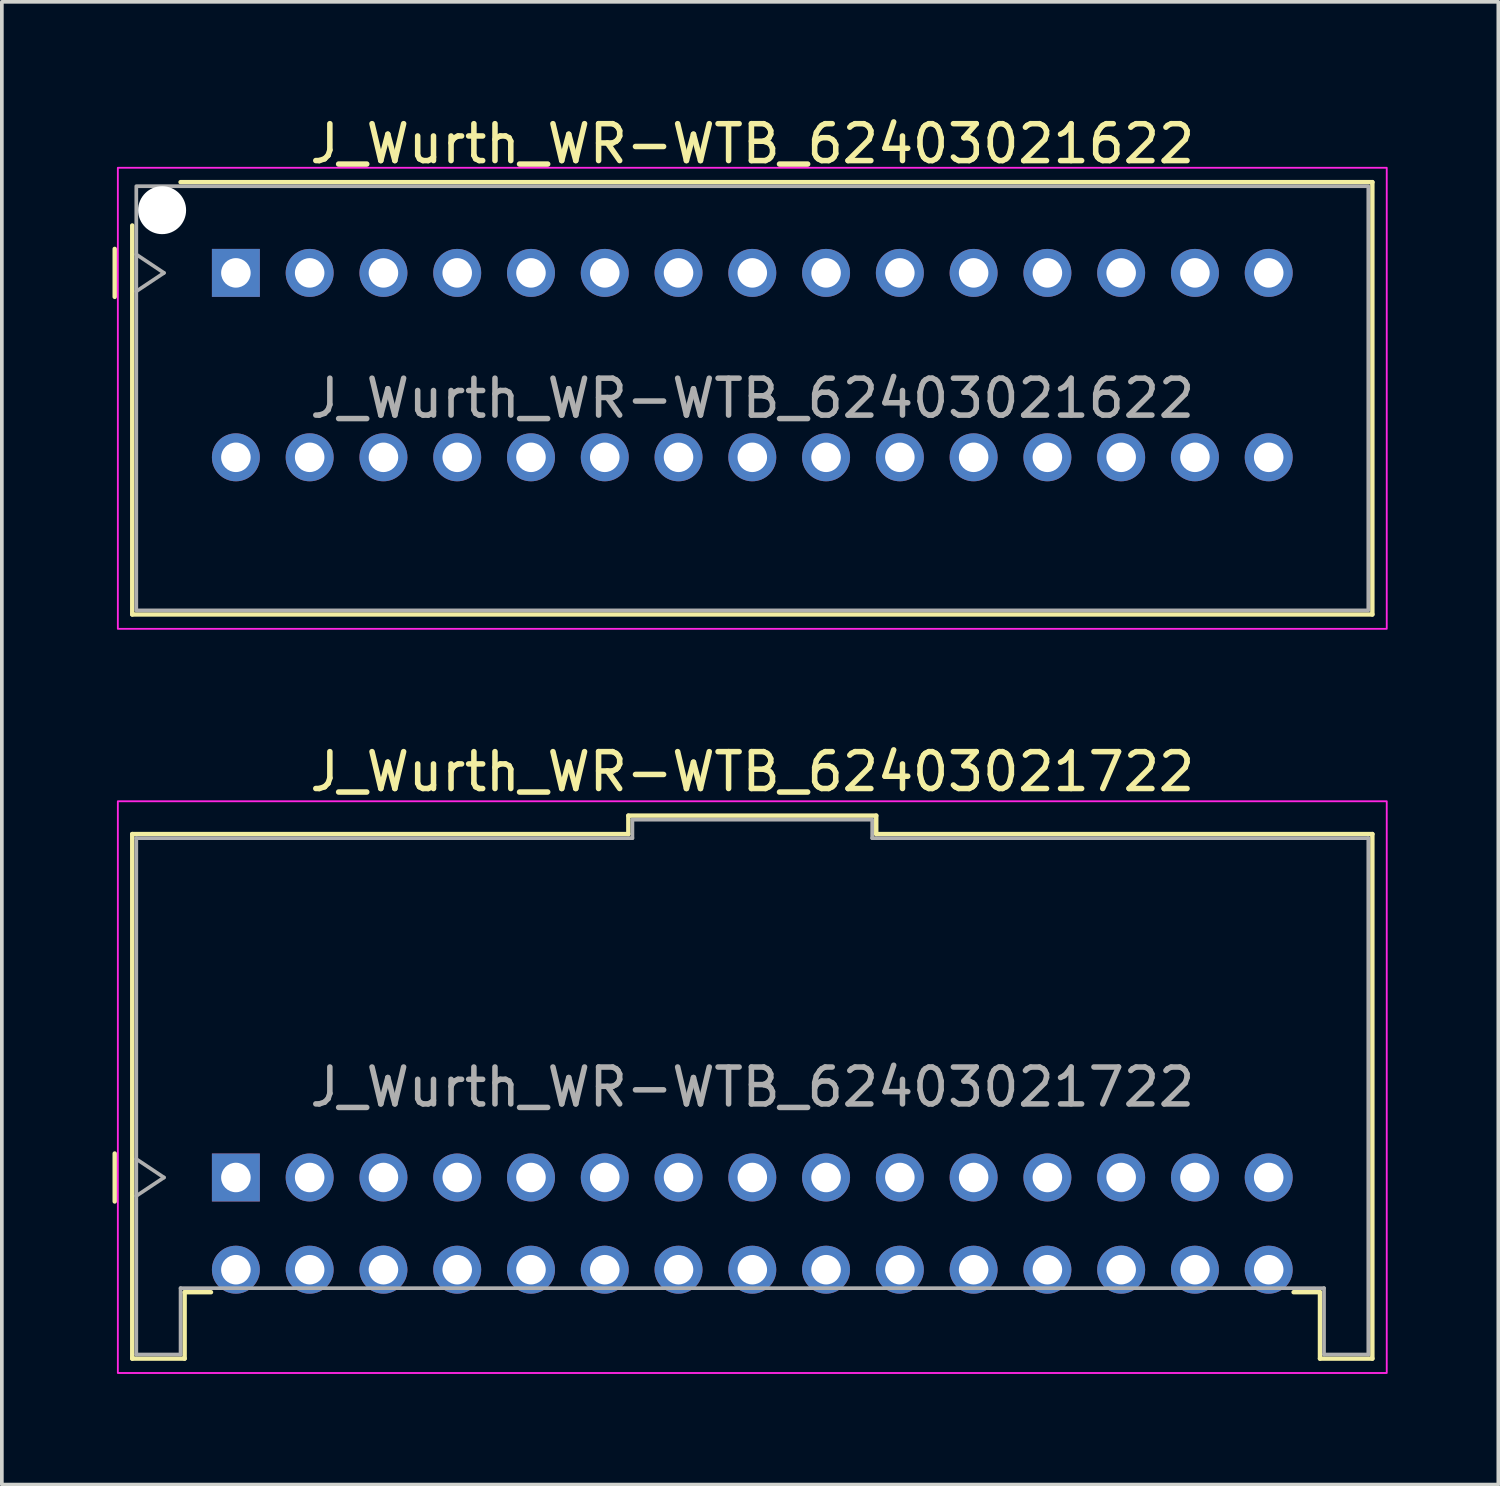
<source format=kicad_pcb>
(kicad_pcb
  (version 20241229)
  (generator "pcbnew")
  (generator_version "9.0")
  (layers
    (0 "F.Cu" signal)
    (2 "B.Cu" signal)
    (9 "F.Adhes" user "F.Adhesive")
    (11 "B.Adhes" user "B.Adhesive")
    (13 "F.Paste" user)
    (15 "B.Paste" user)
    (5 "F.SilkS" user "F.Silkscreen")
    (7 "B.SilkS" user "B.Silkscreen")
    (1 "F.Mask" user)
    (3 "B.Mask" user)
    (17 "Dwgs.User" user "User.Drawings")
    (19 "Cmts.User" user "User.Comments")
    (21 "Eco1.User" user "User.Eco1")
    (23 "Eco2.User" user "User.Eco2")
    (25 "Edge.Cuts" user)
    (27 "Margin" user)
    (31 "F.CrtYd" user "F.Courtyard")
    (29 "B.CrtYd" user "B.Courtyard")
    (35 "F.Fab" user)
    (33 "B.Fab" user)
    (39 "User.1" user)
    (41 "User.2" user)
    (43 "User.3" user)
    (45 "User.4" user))
  (footprint "J_Wurth_WR-WTB_62403021722"
    (layer "F.Cu")
    (at 3.345 28.872)
    (property "Reference" "J_Wurth_WR-WTB_62403021722" (at 14 -11 0) (unlocked yes) (layer "F.SilkS") (effects (font (size 1 1) (thickness 0.15))))
    (attr through_hole)
    (fp_line (start -3.285 -0.65) (end -3.285 0.65) (stroke (width 0.12) (type solid)) (layer "F.SilkS"))
    (fp_line (start -2.81 -9.31) (end 10.64 -9.31) (stroke (width 0.12) (type solid)) (layer "F.SilkS"))
    (fp_line (start -2.81 4.91) (end -2.81 -9.31) (stroke (width 0.12) (type default)) (layer "F.SilkS"))
    (fp_line (start -2.81 4.91) (end -1.39 4.91) (stroke (width 0.12) (type solid)) (layer "F.SilkS"))
    (fp_line (start -1.39 4.91) (end -1.39 3.11) (stroke (width 0.12) (type solid)) (layer "F.SilkS"))
    (fp_line (start -0.675 3.11) (end -1.39 3.11) (stroke (width 0.12) (type default)) (layer "F.SilkS"))
    (fp_line (start 10.64 -9.31) (end 10.64 -9.81) (stroke (width 0.12) (type solid)) (layer "F.SilkS"))
    (fp_line (start 17.36 -9.81) (end 10.64 -9.81) (stroke (width 0.12) (type default)) (layer "F.SilkS"))
    (fp_line (start 17.36 -9.31) (end 17.36 -9.81) (stroke (width 0.12) (type solid)) (layer "F.SilkS"))
    (fp_line (start 29.39 3.11) (end 28.675 3.11) (stroke (width 0.12) (type default)) (layer "F.SilkS"))
    (fp_line (start 29.39 4.91) (end 29.39 3.11) (stroke (width 0.12) (type solid)) (layer "F.SilkS"))
    (fp_line (start 30.81 -9.31) (end 17.36 -9.31) (stroke (width 0.12) (type solid)) (layer "F.SilkS"))
    (fp_line (start 30.81 -9.31) (end 30.81 4.91) (stroke (width 0.12) (type default)) (layer "F.SilkS"))
    (fp_line (start 30.81 4.91) (end 29.39 4.91) (stroke (width 0.12) (type solid)) (layer "F.SilkS"))
    (fp_rect (start -3.2 -10.2) (end 31.2 5.3) (stroke (width 0.05) (type solid)) (fill no) (layer "F.CrtYd"))
    (fp_line (start -2.7 -9.2) (end 10.75 -9.2) (stroke (width 0.1) (type solid)) (layer "F.Fab"))
    (fp_line (start -2.7 4.8) (end -2.7 -9.2) (stroke (width 0.1) (type default)) (layer "F.Fab"))
    (fp_line (start -2.7 4.8) (end -1.5 4.8) (stroke (width 0.1) (type solid)) (layer "F.Fab"))
    (fp_line (start -1.95 0) (end -2.7 -0.5) (stroke (width 0.1) (type solid)) (layer "F.Fab"))
    (fp_line (start -1.95 0) (end -2.7 0.5) (stroke (width 0.1) (type solid)) (layer "F.Fab"))
    (fp_line (start -1.5 4.8) (end -1.5 3) (stroke (width 0.1) (type solid)) (layer "F.Fab"))
    (fp_line (start 10.75 -9.2) (end 10.75 -9.7) (stroke (width 0.1) (type solid)) (layer "F.Fab"))
    (fp_line (start 17.25 -9.7) (end 10.75 -9.7) (stroke (width 0.1) (type default)) (layer "F.Fab"))
    (fp_line (start 17.25 -9.2) (end 17.25 -9.7) (stroke (width 0.1) (type solid)) (layer "F.Fab"))
    (fp_line (start 29.5 3) (end -1.5 3) (stroke (width 0.1) (type default)) (layer "F.Fab"))
    (fp_line (start 29.5 4.8) (end 29.5 3) (stroke (width 0.1) (type solid)) (layer "F.Fab"))
    (fp_line (start 30.7 -9.2) (end 17.25 -9.2) (stroke (width 0.1) (type solid)) (layer "F.Fab"))
    (fp_line (start 30.7 -9.2) (end 30.7 4.8) (stroke (width 0.1) (type default)) (layer "F.Fab"))
    (fp_line (start 30.7 4.8) (end 29.5 4.8) (stroke (width 0.1) (type solid)) (layer "F.Fab"))
    (fp_text user "${REFERENCE}" (at 14 -2.45 0) (unlocked yes) (layer "F.Fab") (effects (font (size 1 1) (thickness 0.15))))
    (pad "1" thru_hole rect (at 0 0 180) (size 1.3 1.3) (drill 0.8) (layers "*.Cu" "*.Mask"))
    (pad "2" thru_hole circle (at 0 2.5 180) (size 1.3 1.3) (drill 0.8) (layers "*.Cu" "*.Mask"))
    (pad "3" thru_hole circle (at 2 0 180) (size 1.3 1.3) (drill 0.8) (layers "*.Cu" "*.Mask"))
    (pad "4" thru_hole circle (at 2 2.5 180) (size 1.3 1.3) (drill 0.8) (layers "*.Cu" "*.Mask"))
    (pad "5" thru_hole circle (at 4 0 180) (size 1.3 1.3) (drill 0.8) (layers "*.Cu" "*.Mask"))
    (pad "6" thru_hole circle (at 4 2.5 180) (size 1.3 1.3) (drill 0.8) (layers "*.Cu" "*.Mask"))
    (pad "7" thru_hole circle (at 6 2.5 180) (size 1.3 1.3) (drill 0.8) (layers "*.Cu" "*.Mask"))
    (pad "8" thru_hole circle (at 6 0 180) (size 1.3 1.3) (drill 0.8) (layers "*.Cu" "*.Mask"))
    (pad "9" thru_hole circle (at 8 2.5 180) (size 1.3 1.3) (drill 0.8) (layers "*.Cu" "*.Mask"))
    (pad "10" thru_hole circle (at 8 0 180) (size 1.3 1.3) (drill 0.8) (layers "*.Cu" "*.Mask"))
    (pad "11" thru_hole circle (at 10 2.5 180) (size 1.3 1.3) (drill 0.8) (layers "*.Cu" "*.Mask"))
    (pad "12" thru_hole circle (at 10 0 180) (size 1.3 1.3) (drill 0.8) (layers "*.Cu" "*.Mask"))
    (pad "13" thru_hole circle (at 12 2.5 180) (size 1.3 1.3) (drill 0.8) (layers "*.Cu" "*.Mask"))
    (pad "14" thru_hole circle (at 12 0 180) (size 1.3 1.3) (drill 0.8) (layers "*.Cu" "*.Mask"))
    (pad "15" thru_hole circle (at 14 2.5 180) (size 1.3 1.3) (drill 0.8) (layers "*.Cu" "*.Mask"))
    (pad "16" thru_hole circle (at 14 0 180) (size 1.3 1.3) (drill 0.8) (layers "*.Cu" "*.Mask"))
    (pad "17" thru_hole circle (at 16 2.5 180) (size 1.3 1.3) (drill 0.8) (layers "*.Cu" "*.Mask"))
    (pad "18" thru_hole circle (at 16 0 180) (size 1.3 1.3) (drill 0.8) (layers "*.Cu" "*.Mask"))
    (pad "19" thru_hole circle (at 18 2.5 180) (size 1.3 1.3) (drill 0.8) (layers "*.Cu" "*.Mask"))
    (pad "20" thru_hole circle (at 18 0 180) (size 1.3 1.3) (drill 0.8) (layers "*.Cu" "*.Mask"))
    (pad "21" thru_hole circle (at 20 2.5 180) (size 1.3 1.3) (drill 0.8) (layers "*.Cu" "*.Mask"))
    (pad "22" thru_hole circle (at 20 0 180) (size 1.3 1.3) (drill 0.8) (layers "*.Cu" "*.Mask"))
    (pad "23" thru_hole circle (at 22 2.5 180) (size 1.3 1.3) (drill 0.8) (layers "*.Cu" "*.Mask"))
    (pad "24" thru_hole circle (at 22 0 180) (size 1.3 1.3) (drill 0.8) (layers "*.Cu" "*.Mask"))
    (pad "25" thru_hole circle (at 24 2.5 180) (size 1.3 1.3) (drill 0.8) (layers "*.Cu" "*.Mask"))
    (pad "26" thru_hole circle (at 24 0 180) (size 1.3 1.3) (drill 0.8) (layers "*.Cu" "*.Mask"))
    (pad "27" thru_hole circle (at 26 2.5 180) (size 1.3 1.3) (drill 0.8) (layers "*.Cu" "*.Mask"))
    (pad "28" thru_hole circle (at 26 0 180) (size 1.3 1.3) (drill 0.8) (layers "*.Cu" "*.Mask"))
    (pad "29" thru_hole circle (at 28 2.5 180) (size 1.3 1.3) (drill 0.8) (layers "*.Cu" "*.Mask"))
    (pad "30" thru_hole circle (at 28 0 180) (size 1.3 1.3) (drill 0.8) (layers "*.Cu" "*.Mask")))
  (footprint "J_Wurth_WR-WTB_62403021622"
    (layer "F.Cu")
    (at 3.345 4.348)
    (property "Reference" "J_Wurth_WR-WTB_62403021622" (at 14 -3.5 0) (unlocked yes) (layer "F.SilkS") (effects (font (size 1 1) (thickness 0.15))))
    (attr through_hole)
    (fp_line (start -3.285 -0.65) (end -3.285 0.65) (stroke (width 0.12) (type solid)) (layer "F.SilkS"))
    (fp_line (start -2.81 9.26) (end -2.81 -1.285) (stroke (width 0.12) (type default)) (layer "F.SilkS"))
    (fp_line (start -1.5 -2.46) (end 30.81 -2.46) (stroke (width 0.12) (type default)) (layer "F.SilkS"))
    (fp_line (start 30.81 -2.46) (end 30.81 9.26) (stroke (width 0.12) (type solid)) (layer "F.SilkS"))
    (fp_line (start 30.81 9.26) (end -2.81 9.26) (stroke (width 0.12) (type default)) (layer "F.SilkS"))
    (fp_rect (start -3.2 -2.85) (end 31.2 9.65) (stroke (width 0.05) (type solid)) (fill no) (layer "F.CrtYd"))
    (fp_line (start -1.95 0) (end -2.7 -0.5) (stroke (width 0.1) (type solid)) (layer "F.Fab"))
    (fp_line (start -1.95 0) (end -2.7 0.5) (stroke (width 0.1) (type solid)) (layer "F.Fab"))
    (fp_rect (start -2.7 -2.35) (end 30.7 9.15) (stroke (width 0.1) (type solid)) (fill no) (layer "F.Fab"))
    (fp_text user "${REFERENCE}" (at 14 3.4 0) (unlocked yes) (layer "F.Fab") (effects (font (size 1 1) (thickness 0.15))))
    (pad "" np_thru_hole circle (at -2 -1.7) (size 1.3 1.3) (drill 1.3) (layers "*.Cu" "*.Mask"))
    (pad "1" thru_hole rect (at 0 0) (size 1.3 1.3) (drill 0.8) (layers "*.Cu" "*.Mask"))
    (pad "2" thru_hole circle (at 0 5) (size 1.3 1.3) (drill 0.8) (layers "*.Cu" "*.Mask"))
    (pad "3" thru_hole circle (at 2 0) (size 1.3 1.3) (drill 0.8) (layers "*.Cu" "*.Mask"))
    (pad "4" thru_hole circle (at 2 5) (size 1.3 1.3) (drill 0.8) (layers "*.Cu" "*.Mask"))
    (pad "5" thru_hole circle (at 4 0) (size 1.3 1.3) (drill 0.8) (layers "*.Cu" "*.Mask"))
    (pad "6" thru_hole circle (at 4 5) (size 1.3 1.3) (drill 0.8) (layers "*.Cu" "*.Mask"))
    (pad "7" thru_hole circle (at 6 0) (size 1.3 1.3) (drill 0.8) (layers "*.Cu" "*.Mask"))
    (pad "8" thru_hole circle (at 6 5) (size 1.3 1.3) (drill 0.8) (layers "*.Cu" "*.Mask"))
    (pad "9" thru_hole circle (at 8 0) (size 1.3 1.3) (drill 0.8) (layers "*.Cu" "*.Mask"))
    (pad "10" thru_hole circle (at 8 5) (size 1.3 1.3) (drill 0.8) (layers "*.Cu" "*.Mask"))
    (pad "11" thru_hole circle (at 10 0) (size 1.3 1.3) (drill 0.8) (layers "*.Cu" "*.Mask"))
    (pad "12" thru_hole circle (at 10 5) (size 1.3 1.3) (drill 0.8) (layers "*.Cu" "*.Mask"))
    (pad "13" thru_hole circle (at 12 0) (size 1.3 1.3) (drill 0.8) (layers "*.Cu" "*.Mask"))
    (pad "14" thru_hole circle (at 12 5) (size 1.3 1.3) (drill 0.8) (layers "*.Cu" "*.Mask"))
    (pad "15" thru_hole circle (at 14 0) (size 1.3 1.3) (drill 0.8) (layers "*.Cu" "*.Mask"))
    (pad "16" thru_hole circle (at 14 5) (size 1.3 1.3) (drill 0.8) (layers "*.Cu" "*.Mask"))
    (pad "17" thru_hole circle (at 16 0) (size 1.3 1.3) (drill 0.8) (layers "*.Cu" "*.Mask"))
    (pad "18" thru_hole circle (at 16 5) (size 1.3 1.3) (drill 0.8) (layers "*.Cu" "*.Mask"))
    (pad "19" thru_hole circle (at 18 0) (size 1.3 1.3) (drill 0.8) (layers "*.Cu" "*.Mask"))
    (pad "20" thru_hole circle (at 18 5) (size 1.3 1.3) (drill 0.8) (layers "*.Cu" "*.Mask"))
    (pad "21" thru_hole circle (at 20 0) (size 1.3 1.3) (drill 0.8) (layers "*.Cu" "*.Mask"))
    (pad "22" thru_hole circle (at 20 5) (size 1.3 1.3) (drill 0.8) (layers "*.Cu" "*.Mask"))
    (pad "23" thru_hole circle (at 22 0) (size 1.3 1.3) (drill 0.8) (layers "*.Cu" "*.Mask"))
    (pad "24" thru_hole circle (at 22 5) (size 1.3 1.3) (drill 0.8) (layers "*.Cu" "*.Mask"))
    (pad "25" thru_hole circle (at 24 0) (size 1.3 1.3) (drill 0.8) (layers "*.Cu" "*.Mask"))
    (pad "26" thru_hole circle (at 24 5) (size 1.3 1.3) (drill 0.8) (layers "*.Cu" "*.Mask"))
    (pad "27" thru_hole circle (at 26 0) (size 1.3 1.3) (drill 0.8) (layers "*.Cu" "*.Mask"))
    (pad "28" thru_hole circle (at 26 5) (size 1.3 1.3) (drill 0.8) (layers "*.Cu" "*.Mask"))
    (pad "29" thru_hole circle (at 28 0) (size 1.3 1.3) (drill 0.8) (layers "*.Cu" "*.Mask"))
    (pad "30" thru_hole circle (at 28 5) (size 1.3 1.3) (drill 0.8) (layers "*.Cu" "*.Mask")))
  (gr_rect
    (start -3 -3)
    (end 37.57 37.197)
    (stroke (width 0.1) (type default))
    (fill no)
    (layer "Edge.Cuts")))
</source>
